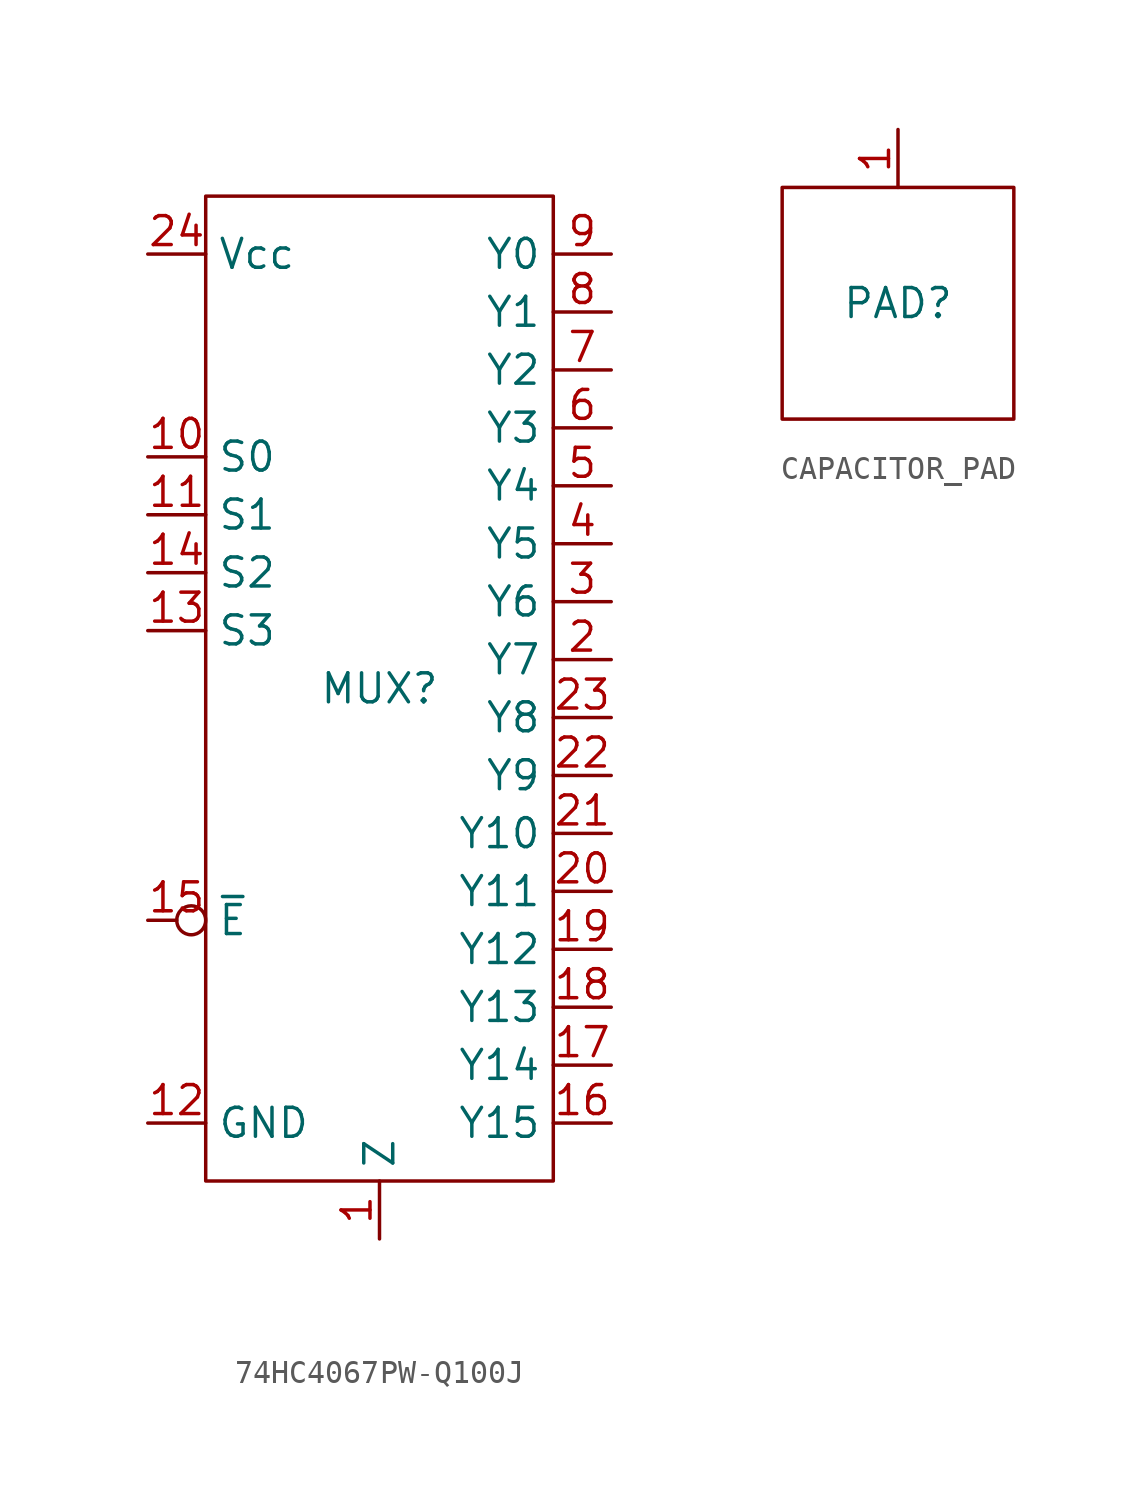
<source format=kicad_sym>
(kicad_symbol_lib
  (version 20220914)
  (generator kicad_symbol_editor)
  (symbol "74HC4067PW-Q100J"
    (property "Reference" "MUX"
      (at 0 0 0)
      (effects (font (size 1.27 1.27))))
    (property "Value" ""
      (at 0 0 0)
      (effects (font (size 1.27 1.27))))
    (symbol "74HC4067PW-Q100J_0_1"
      (rectangle (start -7.62 21.59) (end 7.62 -21.59) (stroke (width 0) (type default)) (fill (type none))))
    (symbol "74HC4067PW-Q100J_1_1"
      (pin bidirectional line (at 0 -24.13 90) (length 2.54) (name "Z" (effects (font (size 1.27 1.27)))) (number "1" (effects (font (size 1.27 1.27)))))
      (pin input line (at -10.16 10.16 0) (length 2.54) (name "S0" (effects (font (size 1.27 1.27)))) (number "10" (effects (font (size 1.27 1.27)))))
      (pin input line (at -10.16 7.62 0) (length 2.54) (name "S1" (effects (font (size 1.27 1.27)))) (number "11" (effects (font (size 1.27 1.27)))))
      (pin power_in line (at -10.16 -19.05 0) (length 2.54) (name "GND" (effects (font (size 1.27 1.27)))) (number "12" (effects (font (size 1.27 1.27)))))
      (pin input line (at -10.16 2.54 0) (length 2.54) (name "S3" (effects (font (size 1.27 1.27)))) (number "13" (effects (font (size 1.27 1.27)))))
      (pin input line (at -10.16 5.08 0) (length 2.54) (name "S2" (effects (font (size 1.27 1.27)))) (number "14" (effects (font (size 1.27 1.27)))))
      (pin input inverted (at -10.16 -10.16 0) (length 2.54) (name "~{E}" (effects (font (size 1.27 1.27)))) (number "15" (effects (font (size 1.27 1.27)))))
      (pin bidirectional line (at 10.16 -19.05 180) (length 2.54) (name "Y15" (effects (font (size 1.27 1.27)))) (number "16" (effects (font (size 1.27 1.27)))))
      (pin bidirectional line (at 10.16 -16.51 180) (length 2.54) (name "Y14" (effects (font (size 1.27 1.27)))) (number "17" (effects (font (size 1.27 1.27)))))
      (pin bidirectional line (at 10.16 -13.97 180) (length 2.54) (name "Y13" (effects (font (size 1.27 1.27)))) (number "18" (effects (font (size 1.27 1.27)))))
      (pin bidirectional line (at 10.16 -11.43 180) (length 2.54) (name "Y12" (effects (font (size 1.27 1.27)))) (number "19" (effects (font (size 1.27 1.27)))))
      (pin bidirectional line (at 10.16 1.27 180) (length 2.54) (name "Y7" (effects (font (size 1.27 1.27)))) (number "2" (effects (font (size 1.27 1.27)))))
      (pin bidirectional line (at 10.16 -8.89 180) (length 2.54) (name "Y11" (effects (font (size 1.27 1.27)))) (number "20" (effects (font (size 1.27 1.27)))))
      (pin bidirectional line (at 10.16 -6.35 180) (length 2.54) (name "Y10" (effects (font (size 1.27 1.27)))) (number "21" (effects (font (size 1.27 1.27)))))
      (pin bidirectional line (at 10.16 -3.81 180) (length 2.54) (name "Y9" (effects (font (size 1.27 1.27)))) (number "22" (effects (font (size 1.27 1.27)))))
      (pin bidirectional line (at 10.16 -1.27 180) (length 2.54) (name "Y8" (effects (font (size 1.27 1.27)))) (number "23" (effects (font (size 1.27 1.27)))))
      (pin power_in line (at -10.16 19.05 0) (length 2.54) (name "Vcc" (effects (font (size 1.27 1.27)))) (number "24" (effects (font (size 1.27 1.27)))))
      (pin bidirectional line (at 10.16 3.81 180) (length 2.54) (name "Y6" (effects (font (size 1.27 1.27)))) (number "3" (effects (font (size 1.27 1.27)))))
      (pin bidirectional line (at 10.16 6.35 180) (length 2.54) (name "Y5" (effects (font (size 1.27 1.27)))) (number "4" (effects (font (size 1.27 1.27)))))
      (pin bidirectional line (at 10.16 8.89 180) (length 2.54) (name "Y4" (effects (font (size 1.27 1.27)))) (number "5" (effects (font (size 1.27 1.27)))))
      (pin bidirectional line (at 10.16 11.43 180) (length 2.54) (name "Y3" (effects (font (size 1.27 1.27)))) (number "6" (effects (font (size 1.27 1.27)))))
      (pin bidirectional line (at 10.16 13.97 180) (length 2.54) (name "Y2" (effects (font (size 1.27 1.27)))) (number "7" (effects (font (size 1.27 1.27)))))
      (pin bidirectional line (at 10.16 16.51 180) (length 2.54) (name "Y1" (effects (font (size 1.27 1.27)))) (number "8" (effects (font (size 1.27 1.27)))))
      (pin bidirectional line (at 10.16 19.05 180) (length 2.54) (name "Y0" (effects (font (size 1.27 1.27)))) (number "9" (effects (font (size 1.27 1.27)))))))
  (symbol "CAPACITOR_PAD"
    (property "Reference" "PAD"
      (at 0 0 0)
      (effects (font (size 1.27 1.27))))
    (property "Value" ""
      (at 0 0 0)
      (effects (font (size 1.27 1.27))))
    (symbol "CAPACITOR_PAD_0_1"
      (rectangle (start -5.08 5.08) (end 5.08 -5.08) (stroke (width 0) (type default)) (fill (type none))))
    (symbol "CAPACITOR_PAD_1_1"
      (pin bidirectional line (at 0 7.62 270) (length 2.54) (name "" (effects (font (size 1.27 1.27)))) (number "1" (effects (font (size 1.27 1.27))))))))
</source>
